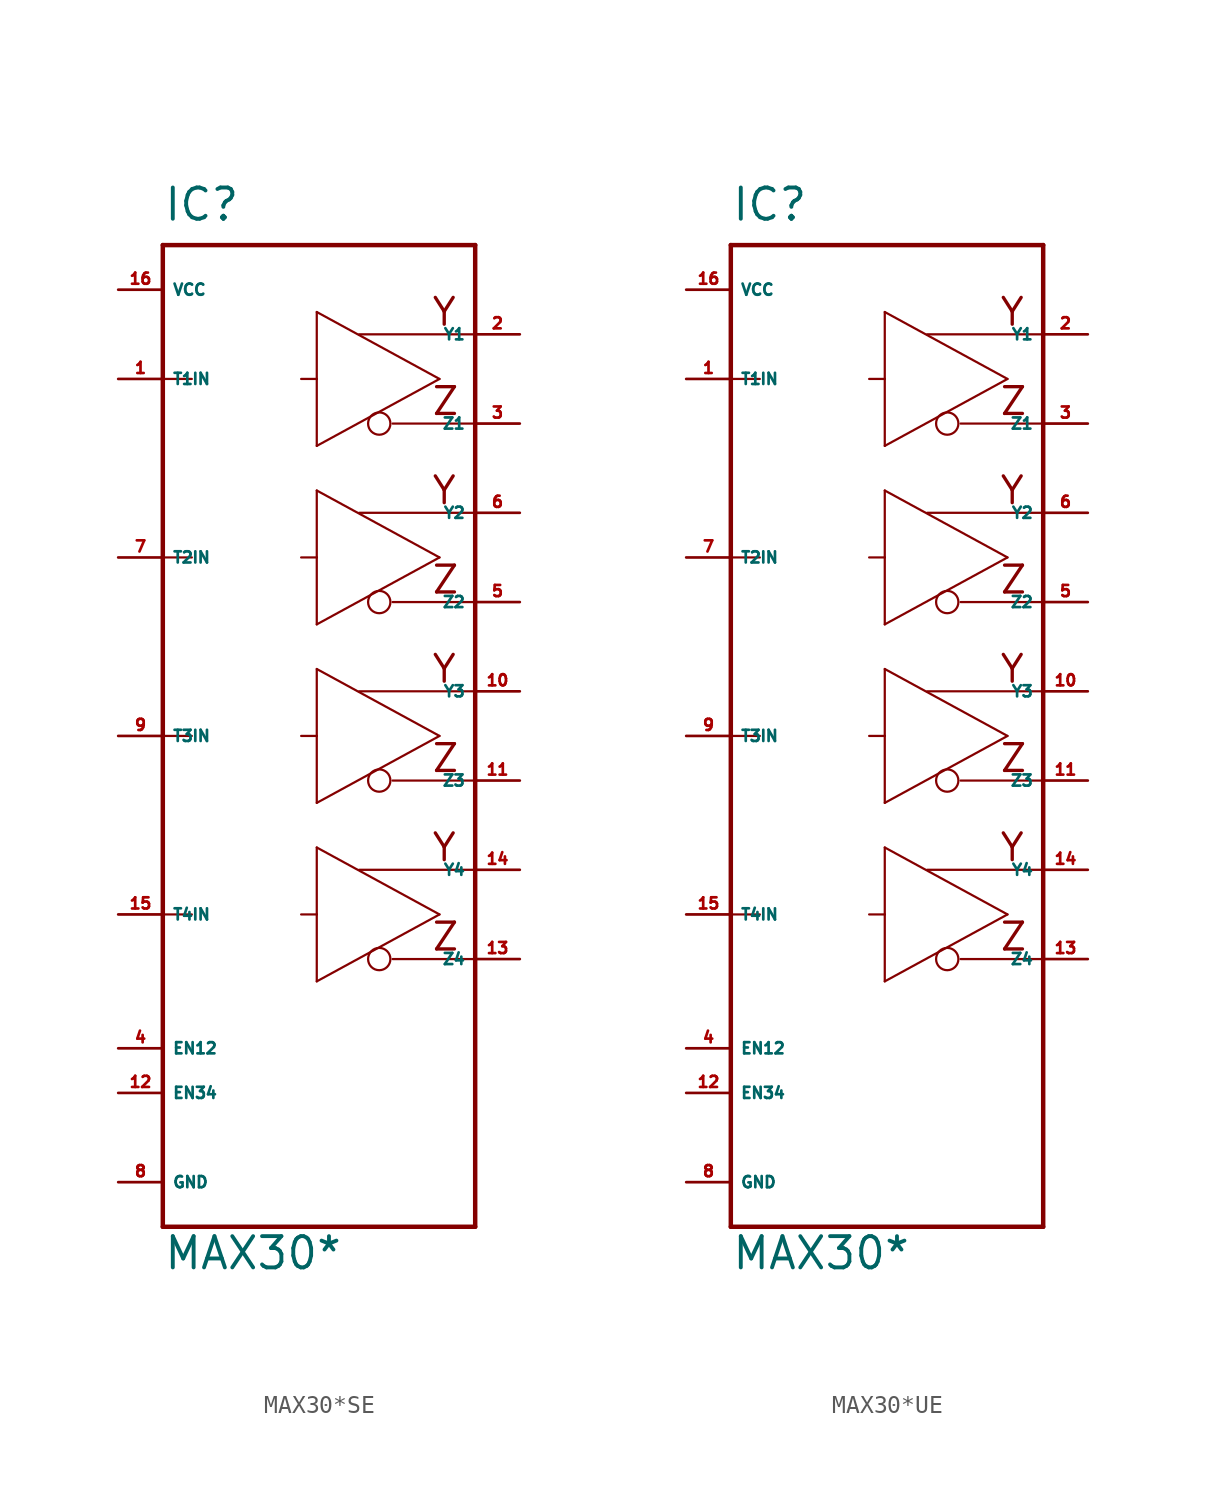
<source format=kicad_sym>
(kicad_symbol_lib
  (version 20220914)
  (generator Eagle2Kicad)
  (symbol "MAX30*SE"
    (property "Reference" "IC"
      (at -7.62 29.21 0)
      (effects (font (size 1.778 1.778) (thickness 0.22)) (justify left bottom)))
    (property "Value" "MAX30*"
      (at -7.62 -30.48 0)
      (effects (font (size 1.778 1.778) (thickness 0.22)) (justify left bottom)))
    (polyline
      (pts (xy -7.62 27.94) (xy 10.16 27.94))
      (stroke (width 0.254) (type default))
      (fill (type none)))
    (polyline
      (pts (xy 10.16 27.94) (xy 10.16 -27.94))
      (stroke (width 0.254) (type default))
      (fill (type none)))
    (polyline
      (pts (xy 10.16 -27.94) (xy -7.62 -27.94))
      (stroke (width 0.254) (type default))
      (fill (type none)))
    (polyline
      (pts (xy -7.62 27.94) (xy -7.62 20.32))
      (stroke (width 0.254) (type default))
      (fill (type none)))
    (polyline
      (pts (xy -7.62 20.32) (xy -7.62 10.16))
      (stroke (width 0.254) (type default))
      (fill (type none)))
    (polyline
      (pts (xy -7.62 10.16) (xy -7.62 0))
      (stroke (width 0.254) (type default))
      (fill (type none)))
    (polyline
      (pts (xy -7.62 0) (xy -7.62 -10.16))
      (stroke (width 0.254) (type default))
      (fill (type none)))
    (polyline
      (pts (xy -7.62 -10.16) (xy -7.62 -27.94))
      (stroke (width 0.254) (type default))
      (fill (type none)))
    (polyline
      (pts (xy 1.143 16.51) (xy 1.143 20.32))
      (stroke (width 0.127) (type default))
      (fill (type none)))
    (polyline
      (pts (xy 1.143 20.32) (xy 1.143 24.13))
      (stroke (width 0.127) (type default))
      (fill (type none)))
    (polyline
      (pts (xy 1.143 24.13) (xy 8.128 20.32))
      (stroke (width 0.127) (type default))
      (fill (type none)))
    (polyline
      (pts (xy 8.128 20.32) (xy 1.143 16.51))
      (stroke (width 0.127) (type default))
      (fill (type none)))
    (polyline
      (pts (xy -7.62 20.32) (xy -5.969 20.32))
      (stroke (width 0.127) (type default))
      (fill (type none)))
    (polyline
      (pts (xy 0.254 20.32) (xy 1.143 20.32))
      (stroke (width 0.127) (type default))
      (fill (type none)))
    (polyline
      (pts (xy 5.461 17.78) (xy 10.033 17.78))
      (stroke (width 0.127) (type default))
      (fill (type none)))
    (polyline
      (pts (xy 3.556 22.86) (xy 10.033 22.86))
      (stroke (width 0.127) (type default))
      (fill (type none)))
    (polyline
      (pts (xy 1.143 6.35) (xy 1.143 10.16))
      (stroke (width 0.127) (type default))
      (fill (type none)))
    (polyline
      (pts (xy 1.143 10.16) (xy 1.143 13.97))
      (stroke (width 0.127) (type default))
      (fill (type none)))
    (polyline
      (pts (xy 1.143 13.97) (xy 8.128 10.16))
      (stroke (width 0.127) (type default))
      (fill (type none)))
    (polyline
      (pts (xy 8.128 10.16) (xy 1.143 6.35))
      (stroke (width 0.127) (type default))
      (fill (type none)))
    (polyline
      (pts (xy -7.62 10.16) (xy -5.969 10.16))
      (stroke (width 0.127) (type default))
      (fill (type none)))
    (polyline
      (pts (xy 0.254 10.16) (xy 1.143 10.16))
      (stroke (width 0.127) (type default))
      (fill (type none)))
    (polyline
      (pts (xy 5.461 7.62) (xy 10.033 7.62))
      (stroke (width 0.127) (type default))
      (fill (type none)))
    (polyline
      (pts (xy 3.556 12.7) (xy 10.033 12.7))
      (stroke (width 0.127) (type default))
      (fill (type none)))
    (polyline
      (pts (xy 1.143 -3.81) (xy 1.143 0))
      (stroke (width 0.127) (type default))
      (fill (type none)))
    (polyline
      (pts (xy 1.143 0) (xy 1.143 3.81))
      (stroke (width 0.127) (type default))
      (fill (type none)))
    (polyline
      (pts (xy 1.143 3.81) (xy 8.128 0))
      (stroke (width 0.127) (type default))
      (fill (type none)))
    (polyline
      (pts (xy 8.128 0) (xy 1.143 -3.81))
      (stroke (width 0.127) (type default))
      (fill (type none)))
    (polyline
      (pts (xy -7.62 0) (xy -5.969 0))
      (stroke (width 0.127) (type default))
      (fill (type none)))
    (polyline
      (pts (xy 0.254 0) (xy 1.143 0))
      (stroke (width 0.127) (type default))
      (fill (type none)))
    (polyline
      (pts (xy 5.461 -2.54) (xy 10.033 -2.54))
      (stroke (width 0.127) (type default))
      (fill (type none)))
    (polyline
      (pts (xy 3.556 2.54) (xy 10.033 2.54))
      (stroke (width 0.127) (type default))
      (fill (type none)))
    (polyline
      (pts (xy 1.143 -13.97) (xy 1.143 -10.16))
      (stroke (width 0.127) (type default))
      (fill (type none)))
    (polyline
      (pts (xy 1.143 -10.16) (xy 1.143 -6.35))
      (stroke (width 0.127) (type default))
      (fill (type none)))
    (polyline
      (pts (xy 1.143 -6.35) (xy 8.128 -10.16))
      (stroke (width 0.127) (type default))
      (fill (type none)))
    (polyline
      (pts (xy 8.128 -10.16) (xy 1.143 -13.97))
      (stroke (width 0.127) (type default))
      (fill (type none)))
    (polyline
      (pts (xy -7.62 -10.16) (xy -5.969 -10.16))
      (stroke (width 0.127) (type default))
      (fill (type none)))
    (polyline
      (pts (xy 0.254 -10.16) (xy 1.143 -10.16))
      (stroke (width 0.127) (type default))
      (fill (type none)))
    (polyline
      (pts (xy 5.461 -12.7) (xy 10.033 -12.7))
      (stroke (width 0.127) (type default))
      (fill (type none)))
    (polyline
      (pts (xy 3.556 -7.62) (xy 10.033 -7.62))
      (stroke (width 0.127) (type default))
      (fill (type none)))
    (text "Z"
      (at 7.62 18.161 0)
      (effects (font (size 1.524 1.524) (thickness 0.19)) (justify left bottom)))
    (text "Y"
      (at 7.62 23.241 0)
      (effects (font (size 1.524 1.524) (thickness 0.19)) (justify left bottom)))
    (text "Z"
      (at 7.62 8.001 0)
      (effects (font (size 1.524 1.524) (thickness 0.19)) (justify left bottom)))
    (text "Y"
      (at 7.62 13.081 0)
      (effects (font (size 1.524 1.524) (thickness 0.19)) (justify left bottom)))
    (text "Z"
      (at 7.62 -2.159 0)
      (effects (font (size 1.524 1.524) (thickness 0.19)) (justify left bottom)))
    (text "Y"
      (at 7.62 2.921 0)
      (effects (font (size 1.524 1.524) (thickness 0.19)) (justify left bottom)))
    (text "Z"
      (at 7.62 -12.319 0)
      (effects (font (size 1.524 1.524) (thickness 0.19)) (justify left bottom)))
    (text "Y"
      (at 7.62 -7.239 0)
      (effects (font (size 1.524 1.524) (thickness 0.19)) (justify left bottom)))
    (circle
      (center 4.699 17.78)
      (radius 0.635)
      (stroke (width 0.127) (type default))
      (fill (type none)))
    (circle
      (center 4.699 7.62)
      (radius 0.635)
      (stroke (width 0.127) (type default))
      (fill (type none)))
    (circle
      (center 4.699 -2.54)
      (radius 0.635)
      (stroke (width 0.127) (type default))
      (fill (type none)))
    (circle
      (center 4.699 -12.7)
      (radius 0.635)
      (stroke (width 0.127) (type default))
      (fill (type none)))
    (pin input line
      (at -10.16 20.32 0)
      (length 2.54)
      (name "T1IN" (effects (font (size 0.635 0.635) (thickness 0.08)) (justify left bottom)))
      (number "1" (effects (font (size 0.635 0.635) (thickness 0.08)) (justify left bottom))))
    (pin output line
      (at 12.7 17.78 180)
      (length 2.54)
      (name "Z1" (effects (font (size 0.635 0.635) (thickness 0.08)) (justify left bottom)))
      (number "3" (effects (font (size 0.635 0.635) (thickness 0.08)) (justify left bottom))))
    (pin output line
      (at 12.7 22.86 180)
      (length 2.54)
      (name "Y1" (effects (font (size 0.635 0.635) (thickness 0.08)) (justify left bottom)))
      (number "2" (effects (font (size 0.635 0.635) (thickness 0.08)) (justify left bottom))))
    (pin input line
      (at -10.16 -17.78 0)
      (length 2.54)
      (name "EN12" (effects (font (size 0.635 0.635) (thickness 0.08)) (justify left bottom)))
      (number "4" (effects (font (size 0.635 0.635) (thickness 0.08)) (justify left bottom))))
    (pin input line
      (at -10.16 -20.32 0)
      (length 2.54)
      (name "EN34" (effects (font (size 0.635 0.635) (thickness 0.08)) (justify left bottom)))
      (number "12" (effects (font (size 0.635 0.635) (thickness 0.08)) (justify left bottom))))
    (pin unspecified line
      (at -10.16 -25.4 0)
      (length 2.54)
      (name "GND" (effects (font (size 0.635 0.635) (thickness 0.08)) (justify left bottom)))
      (number "8" (effects (font (size 0.635 0.635) (thickness 0.08)) (justify left bottom))))
    (pin unspecified line
      (at -10.16 25.4 0)
      (length 2.54)
      (name "VCC" (effects (font (size 0.635 0.635) (thickness 0.08)) (justify left bottom)))
      (number "16" (effects (font (size 0.635 0.635) (thickness 0.08)) (justify left bottom))))
    (pin input line
      (at -10.16 10.16 0)
      (length 2.54)
      (name "T2IN" (effects (font (size 0.635 0.635) (thickness 0.08)) (justify left bottom)))
      (number "7" (effects (font (size 0.635 0.635) (thickness 0.08)) (justify left bottom))))
    (pin output line
      (at 12.7 7.62 180)
      (length 2.54)
      (name "Z2" (effects (font (size 0.635 0.635) (thickness 0.08)) (justify left bottom)))
      (number "5" (effects (font (size 0.635 0.635) (thickness 0.08)) (justify left bottom))))
    (pin output line
      (at 12.7 12.7 180)
      (length 2.54)
      (name "Y2" (effects (font (size 0.635 0.635) (thickness 0.08)) (justify left bottom)))
      (number "6" (effects (font (size 0.635 0.635) (thickness 0.08)) (justify left bottom))))
    (pin input line
      (at -10.16 0 0)
      (length 2.54)
      (name "T3IN" (effects (font (size 0.635 0.635) (thickness 0.08)) (justify left bottom)))
      (number "9" (effects (font (size 0.635 0.635) (thickness 0.08)) (justify left bottom))))
    (pin output line
      (at 12.7 -2.54 180)
      (length 2.54)
      (name "Z3" (effects (font (size 0.635 0.635) (thickness 0.08)) (justify left bottom)))
      (number "11" (effects (font (size 0.635 0.635) (thickness 0.08)) (justify left bottom))))
    (pin output line
      (at 12.7 2.54 180)
      (length 2.54)
      (name "Y3" (effects (font (size 0.635 0.635) (thickness 0.08)) (justify left bottom)))
      (number "10" (effects (font (size 0.635 0.635) (thickness 0.08)) (justify left bottom))))
    (pin input line
      (at -10.16 -10.16 0)
      (length 2.54)
      (name "T4IN" (effects (font (size 0.635 0.635) (thickness 0.08)) (justify left bottom)))
      (number "15" (effects (font (size 0.635 0.635) (thickness 0.08)) (justify left bottom))))
    (pin output line
      (at 12.7 -12.7 180)
      (length 2.54)
      (name "Z4" (effects (font (size 0.635 0.635) (thickness 0.08)) (justify left bottom)))
      (number "13" (effects (font (size 0.635 0.635) (thickness 0.08)) (justify left bottom))))
    (pin output line
      (at 12.7 -7.62 180)
      (length 2.54)
      (name "Y4" (effects (font (size 0.635 0.635) (thickness 0.08)) (justify left bottom)))
      (number "14" (effects (font (size 0.635 0.635) (thickness 0.08)) (justify left bottom)))))
  (symbol "MAX30*UE"
    (property "Reference" "IC"
      (at -7.62 29.21 0)
      (effects (font (size 1.778 1.778) (thickness 0.22)) (justify left bottom)))
    (property "Value" "MAX30*"
      (at -7.62 -30.48 0)
      (effects (font (size 1.778 1.778) (thickness 0.22)) (justify left bottom)))
    (polyline
      (pts (xy -7.62 27.94) (xy 10.16 27.94))
      (stroke (width 0.254) (type default))
      (fill (type none)))
    (polyline
      (pts (xy 10.16 27.94) (xy 10.16 -27.94))
      (stroke (width 0.254) (type default))
      (fill (type none)))
    (polyline
      (pts (xy 10.16 -27.94) (xy -7.62 -27.94))
      (stroke (width 0.254) (type default))
      (fill (type none)))
    (polyline
      (pts (xy -7.62 27.94) (xy -7.62 20.32))
      (stroke (width 0.254) (type default))
      (fill (type none)))
    (polyline
      (pts (xy -7.62 20.32) (xy -7.62 10.16))
      (stroke (width 0.254) (type default))
      (fill (type none)))
    (polyline
      (pts (xy -7.62 10.16) (xy -7.62 0))
      (stroke (width 0.254) (type default))
      (fill (type none)))
    (polyline
      (pts (xy -7.62 0) (xy -7.62 -10.16))
      (stroke (width 0.254) (type default))
      (fill (type none)))
    (polyline
      (pts (xy -7.62 -10.16) (xy -7.62 -27.94))
      (stroke (width 0.254) (type default))
      (fill (type none)))
    (polyline
      (pts (xy 1.143 16.51) (xy 1.143 20.32))
      (stroke (width 0.127) (type default))
      (fill (type none)))
    (polyline
      (pts (xy 1.143 20.32) (xy 1.143 24.13))
      (stroke (width 0.127) (type default))
      (fill (type none)))
    (polyline
      (pts (xy 1.143 24.13) (xy 8.128 20.32))
      (stroke (width 0.127) (type default))
      (fill (type none)))
    (polyline
      (pts (xy 8.128 20.32) (xy 1.143 16.51))
      (stroke (width 0.127) (type default))
      (fill (type none)))
    (polyline
      (pts (xy -7.62 20.32) (xy -5.969 20.32))
      (stroke (width 0.127) (type default))
      (fill (type none)))
    (polyline
      (pts (xy 0.254 20.32) (xy 1.143 20.32))
      (stroke (width 0.127) (type default))
      (fill (type none)))
    (polyline
      (pts (xy 5.461 17.78) (xy 10.033 17.78))
      (stroke (width 0.127) (type default))
      (fill (type none)))
    (polyline
      (pts (xy 3.556 22.86) (xy 10.033 22.86))
      (stroke (width 0.127) (type default))
      (fill (type none)))
    (polyline
      (pts (xy 1.143 6.35) (xy 1.143 10.16))
      (stroke (width 0.127) (type default))
      (fill (type none)))
    (polyline
      (pts (xy 1.143 10.16) (xy 1.143 13.97))
      (stroke (width 0.127) (type default))
      (fill (type none)))
    (polyline
      (pts (xy 1.143 13.97) (xy 8.128 10.16))
      (stroke (width 0.127) (type default))
      (fill (type none)))
    (polyline
      (pts (xy 8.128 10.16) (xy 1.143 6.35))
      (stroke (width 0.127) (type default))
      (fill (type none)))
    (polyline
      (pts (xy -7.62 10.16) (xy -5.969 10.16))
      (stroke (width 0.127) (type default))
      (fill (type none)))
    (polyline
      (pts (xy 0.254 10.16) (xy 1.143 10.16))
      (stroke (width 0.127) (type default))
      (fill (type none)))
    (polyline
      (pts (xy 5.461 7.62) (xy 10.033 7.62))
      (stroke (width 0.127) (type default))
      (fill (type none)))
    (polyline
      (pts (xy 3.556 12.7) (xy 10.033 12.7))
      (stroke (width 0.127) (type default))
      (fill (type none)))
    (polyline
      (pts (xy 1.143 -3.81) (xy 1.143 0))
      (stroke (width 0.127) (type default))
      (fill (type none)))
    (polyline
      (pts (xy 1.143 0) (xy 1.143 3.81))
      (stroke (width 0.127) (type default))
      (fill (type none)))
    (polyline
      (pts (xy 1.143 3.81) (xy 8.128 0))
      (stroke (width 0.127) (type default))
      (fill (type none)))
    (polyline
      (pts (xy 8.128 0) (xy 1.143 -3.81))
      (stroke (width 0.127) (type default))
      (fill (type none)))
    (polyline
      (pts (xy -7.62 0) (xy -5.969 0))
      (stroke (width 0.127) (type default))
      (fill (type none)))
    (polyline
      (pts (xy 0.254 0) (xy 1.143 0))
      (stroke (width 0.127) (type default))
      (fill (type none)))
    (polyline
      (pts (xy 5.461 -2.54) (xy 10.033 -2.54))
      (stroke (width 0.127) (type default))
      (fill (type none)))
    (polyline
      (pts (xy 3.556 2.54) (xy 10.033 2.54))
      (stroke (width 0.127) (type default))
      (fill (type none)))
    (polyline
      (pts (xy 1.143 -13.97) (xy 1.143 -10.16))
      (stroke (width 0.127) (type default))
      (fill (type none)))
    (polyline
      (pts (xy 1.143 -10.16) (xy 1.143 -6.35))
      (stroke (width 0.127) (type default))
      (fill (type none)))
    (polyline
      (pts (xy 1.143 -6.35) (xy 8.128 -10.16))
      (stroke (width 0.127) (type default))
      (fill (type none)))
    (polyline
      (pts (xy 8.128 -10.16) (xy 1.143 -13.97))
      (stroke (width 0.127) (type default))
      (fill (type none)))
    (polyline
      (pts (xy -7.62 -10.16) (xy -5.969 -10.16))
      (stroke (width 0.127) (type default))
      (fill (type none)))
    (polyline
      (pts (xy 0.254 -10.16) (xy 1.143 -10.16))
      (stroke (width 0.127) (type default))
      (fill (type none)))
    (polyline
      (pts (xy 5.461 -12.7) (xy 10.033 -12.7))
      (stroke (width 0.127) (type default))
      (fill (type none)))
    (polyline
      (pts (xy 3.556 -7.62) (xy 10.033 -7.62))
      (stroke (width 0.127) (type default))
      (fill (type none)))
    (text "Z"
      (at 7.62 18.161 0)
      (effects (font (size 1.524 1.524) (thickness 0.19)) (justify left bottom)))
    (text "Y"
      (at 7.62 23.241 0)
      (effects (font (size 1.524 1.524) (thickness 0.19)) (justify left bottom)))
    (text "Z"
      (at 7.62 8.001 0)
      (effects (font (size 1.524 1.524) (thickness 0.19)) (justify left bottom)))
    (text "Y"
      (at 7.62 13.081 0)
      (effects (font (size 1.524 1.524) (thickness 0.19)) (justify left bottom)))
    (text "Z"
      (at 7.62 -2.159 0)
      (effects (font (size 1.524 1.524) (thickness 0.19)) (justify left bottom)))
    (text "Y"
      (at 7.62 2.921 0)
      (effects (font (size 1.524 1.524) (thickness 0.19)) (justify left bottom)))
    (text "Z"
      (at 7.62 -12.319 0)
      (effects (font (size 1.524 1.524) (thickness 0.19)) (justify left bottom)))
    (text "Y"
      (at 7.62 -7.239 0)
      (effects (font (size 1.524 1.524) (thickness 0.19)) (justify left bottom)))
    (circle
      (center 4.699 17.78)
      (radius 0.635)
      (stroke (width 0.127) (type default))
      (fill (type none)))
    (circle
      (center 4.699 7.62)
      (radius 0.635)
      (stroke (width 0.127) (type default))
      (fill (type none)))
    (circle
      (center 4.699 -2.54)
      (radius 0.635)
      (stroke (width 0.127) (type default))
      (fill (type none)))
    (circle
      (center 4.699 -12.7)
      (radius 0.635)
      (stroke (width 0.127) (type default))
      (fill (type none)))
    (pin input line
      (at -10.16 20.32 0)
      (length 2.54)
      (name "T1IN" (effects (font (size 0.635 0.635) (thickness 0.08)) (justify left bottom)))
      (number "1" (effects (font (size 0.635 0.635) (thickness 0.08)) (justify left bottom))))
    (pin output line
      (at 12.7 17.78 180)
      (length 2.54)
      (name "Z1" (effects (font (size 0.635 0.635) (thickness 0.08)) (justify left bottom)))
      (number "3" (effects (font (size 0.635 0.635) (thickness 0.08)) (justify left bottom))))
    (pin output line
      (at 12.7 22.86 180)
      (length 2.54)
      (name "Y1" (effects (font (size 0.635 0.635) (thickness 0.08)) (justify left bottom)))
      (number "2" (effects (font (size 0.635 0.635) (thickness 0.08)) (justify left bottom))))
    (pin input line
      (at -10.16 -17.78 0)
      (length 2.54)
      (name "EN12" (effects (font (size 0.635 0.635) (thickness 0.08)) (justify left bottom)))
      (number "4" (effects (font (size 0.635 0.635) (thickness 0.08)) (justify left bottom))))
    (pin input line
      (at -10.16 -20.32 0)
      (length 2.54)
      (name "EN34" (effects (font (size 0.635 0.635) (thickness 0.08)) (justify left bottom)))
      (number "12" (effects (font (size 0.635 0.635) (thickness 0.08)) (justify left bottom))))
    (pin unspecified line
      (at -10.16 -25.4 0)
      (length 2.54)
      (name "GND" (effects (font (size 0.635 0.635) (thickness 0.08)) (justify left bottom)))
      (number "8" (effects (font (size 0.635 0.635) (thickness 0.08)) (justify left bottom))))
    (pin unspecified line
      (at -10.16 25.4 0)
      (length 2.54)
      (name "VCC" (effects (font (size 0.635 0.635) (thickness 0.08)) (justify left bottom)))
      (number "16" (effects (font (size 0.635 0.635) (thickness 0.08)) (justify left bottom))))
    (pin input line
      (at -10.16 10.16 0)
      (length 2.54)
      (name "T2IN" (effects (font (size 0.635 0.635) (thickness 0.08)) (justify left bottom)))
      (number "7" (effects (font (size 0.635 0.635) (thickness 0.08)) (justify left bottom))))
    (pin output line
      (at 12.7 7.62 180)
      (length 2.54)
      (name "Z2" (effects (font (size 0.635 0.635) (thickness 0.08)) (justify left bottom)))
      (number "5" (effects (font (size 0.635 0.635) (thickness 0.08)) (justify left bottom))))
    (pin output line
      (at 12.7 12.7 180)
      (length 2.54)
      (name "Y2" (effects (font (size 0.635 0.635) (thickness 0.08)) (justify left bottom)))
      (number "6" (effects (font (size 0.635 0.635) (thickness 0.08)) (justify left bottom))))
    (pin input line
      (at -10.16 0 0)
      (length 2.54)
      (name "T3IN" (effects (font (size 0.635 0.635) (thickness 0.08)) (justify left bottom)))
      (number "9" (effects (font (size 0.635 0.635) (thickness 0.08)) (justify left bottom))))
    (pin output line
      (at 12.7 -2.54 180)
      (length 2.54)
      (name "Z3" (effects (font (size 0.635 0.635) (thickness 0.08)) (justify left bottom)))
      (number "11" (effects (font (size 0.635 0.635) (thickness 0.08)) (justify left bottom))))
    (pin output line
      (at 12.7 2.54 180)
      (length 2.54)
      (name "Y3" (effects (font (size 0.635 0.635) (thickness 0.08)) (justify left bottom)))
      (number "10" (effects (font (size 0.635 0.635) (thickness 0.08)) (justify left bottom))))
    (pin input line
      (at -10.16 -10.16 0)
      (length 2.54)
      (name "T4IN" (effects (font (size 0.635 0.635) (thickness 0.08)) (justify left bottom)))
      (number "15" (effects (font (size 0.635 0.635) (thickness 0.08)) (justify left bottom))))
    (pin output line
      (at 12.7 -12.7 180)
      (length 2.54)
      (name "Z4" (effects (font (size 0.635 0.635) (thickness 0.08)) (justify left bottom)))
      (number "13" (effects (font (size 0.635 0.635) (thickness 0.08)) (justify left bottom))))
    (pin output line
      (at 12.7 -7.62 180)
      (length 2.54)
      (name "Y4" (effects (font (size 0.635 0.635) (thickness 0.08)) (justify left bottom)))
      (number "14" (effects (font (size 0.635 0.635) (thickness 0.08)) (justify left bottom))))))
</source>
